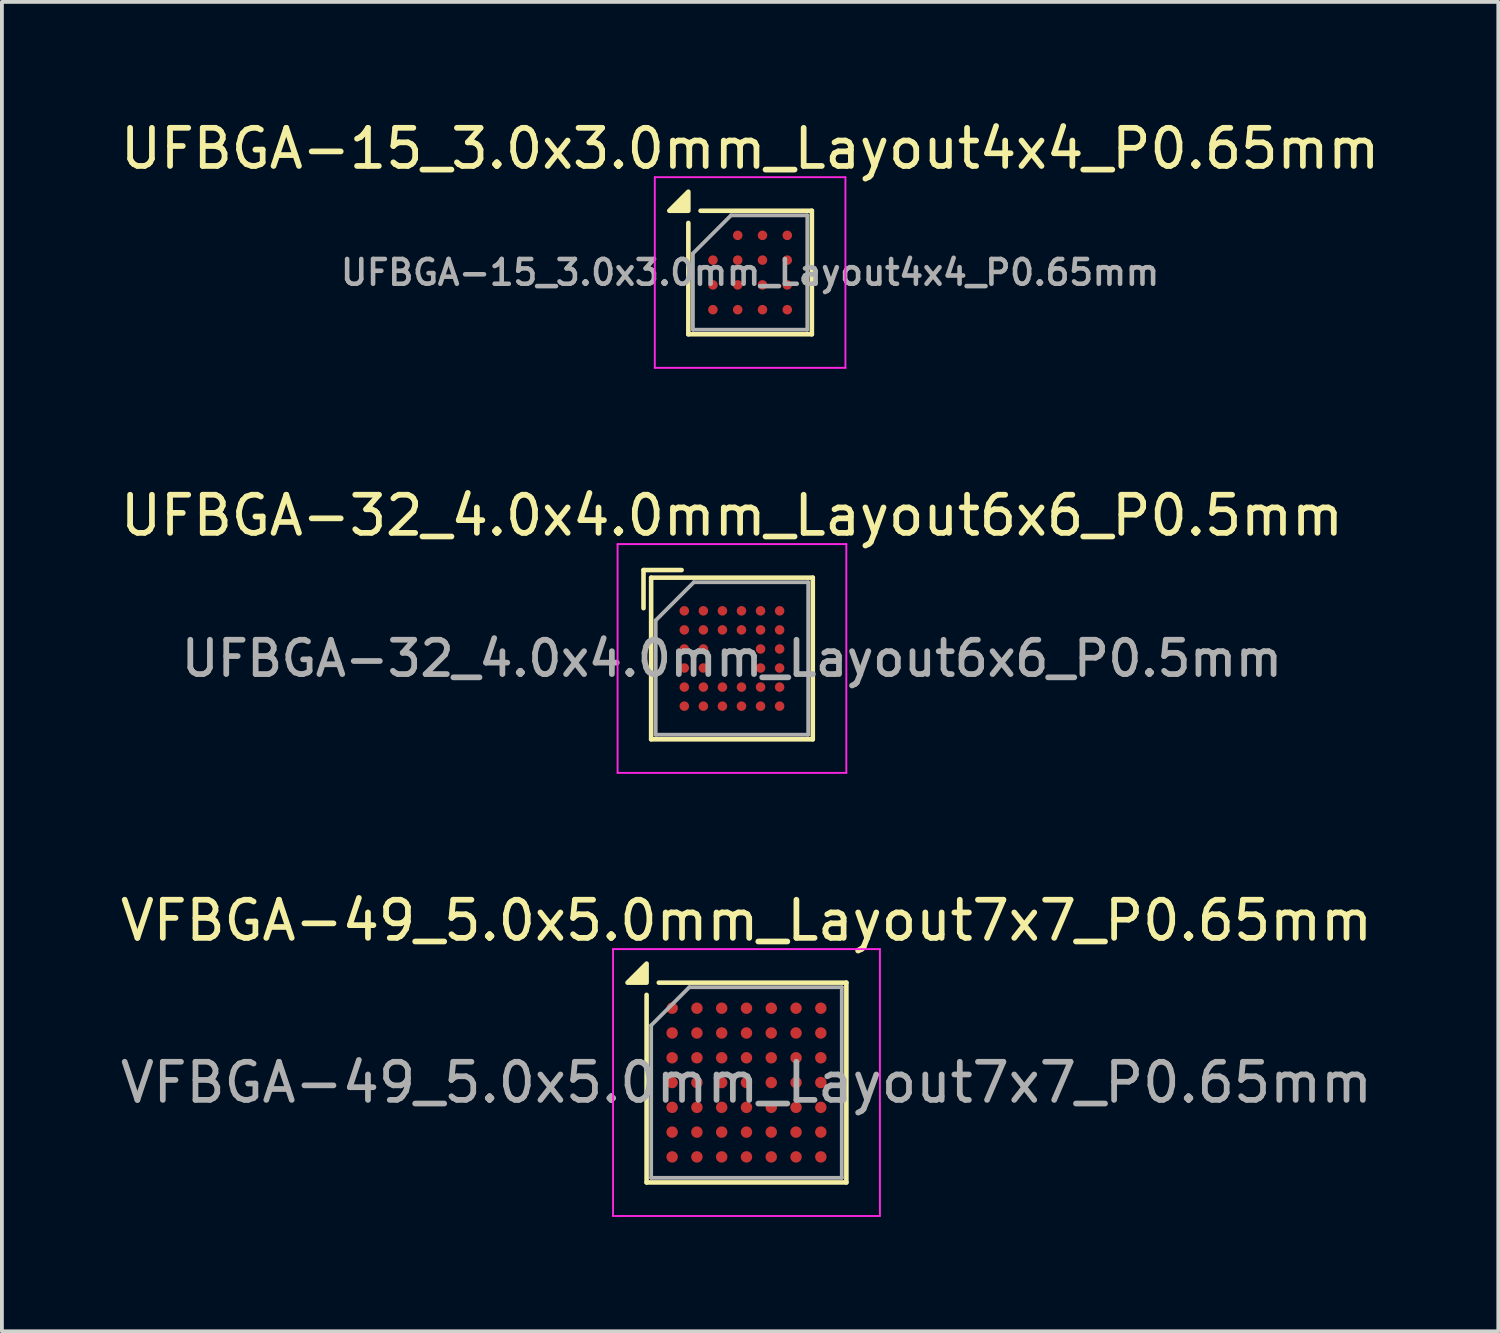
<source format=kicad_pcb>
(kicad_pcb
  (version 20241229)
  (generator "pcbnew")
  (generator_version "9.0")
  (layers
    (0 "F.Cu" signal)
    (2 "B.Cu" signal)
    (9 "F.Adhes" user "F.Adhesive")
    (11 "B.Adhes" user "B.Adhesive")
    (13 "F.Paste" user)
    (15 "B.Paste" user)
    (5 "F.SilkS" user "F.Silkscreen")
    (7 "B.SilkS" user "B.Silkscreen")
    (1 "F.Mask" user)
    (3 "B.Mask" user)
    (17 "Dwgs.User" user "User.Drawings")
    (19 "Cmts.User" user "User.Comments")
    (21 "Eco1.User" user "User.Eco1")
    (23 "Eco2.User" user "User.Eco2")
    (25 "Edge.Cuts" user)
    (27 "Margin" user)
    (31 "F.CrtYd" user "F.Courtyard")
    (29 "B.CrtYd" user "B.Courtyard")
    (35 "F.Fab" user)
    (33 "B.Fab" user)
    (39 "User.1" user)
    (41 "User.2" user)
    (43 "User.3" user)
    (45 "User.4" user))
  (footprint "UFBGA-15_3.0x3.0mm_Layout4x4_P0.65mm"
    (layer "F.Cu")
    (at 16.625 4.098)
    (property "Reference" "UFBGA-15_3.0x3.0mm_Layout4x4_P0.65mm" (at 0 -3.25 0) (layer "F.SilkS") (effects (font (size 1 1) (thickness 0.15))))
    (attr smd)
    (fp_line (start -1.62 1.62) (end -1.62 -1.3) (stroke (width 0.12) (type solid)) (layer "F.SilkS"))
    (fp_line (start -1.3 -1.62) (end 1.62 -1.62) (stroke (width 0.12) (type solid)) (layer "F.SilkS"))
    (fp_line (start 1.62 -1.62) (end 1.62 1.62) (stroke (width 0.12) (type solid)) (layer "F.SilkS"))
    (fp_line (start 1.62 1.62) (end -1.62 1.62) (stroke (width 0.12) (type solid)) (layer "F.SilkS"))
    (fp_poly (pts (xy -1.62 -1.62) (xy -2.12 -1.62) (xy -1.62 -2.12) (xy -1.62 -1.62)) (stroke (width 0.12) (type solid)) (fill yes) (layer "F.SilkS"))
    (fp_line (start -2.5 -2.5) (end -2.5 2.5) (stroke (width 0.05) (type solid)) (layer "F.CrtYd"))
    (fp_line (start -2.5 -2.5) (end 2.5 -2.5) (stroke (width 0.05) (type solid)) (layer "F.CrtYd"))
    (fp_line (start 2.5 2.5) (end -2.5 2.5) (stroke (width 0.05) (type solid)) (layer "F.CrtYd"))
    (fp_line (start 2.5 2.5) (end 2.5 -2.5) (stroke (width 0.05) (type solid)) (layer "F.CrtYd"))
    (fp_line (start -1.5 -0.5) (end -0.5 -1.5) (stroke (width 0.1) (type solid)) (layer "F.Fab"))
    (fp_line (start -1.5 1.5) (end -1.5 -0.5) (stroke (width 0.1) (type solid)) (layer "F.Fab"))
    (fp_line (start -0.5 -1.5) (end 1.5 -1.5) (stroke (width 0.1) (type solid)) (layer "F.Fab"))
    (fp_line (start 1.5 -1.5) (end 1.5 1.5) (stroke (width 0.1) (type solid)) (layer "F.Fab"))
    (fp_line (start 1.5 1.5) (end -1.5 1.5) (stroke (width 0.1) (type solid)) (layer "F.Fab"))
    (fp_text user "${REFERENCE}" (at 0 0 0) (layer "F.Fab") (effects (font (size 0.65 0.65) (thickness 0.12))))
    (pad "A2" smd circle (at -0.325 -0.975) (size 0.25 0.25) (property pad_prop_bga) (layers "F.Cu" "F.Mask" "F.Paste"))
    (pad "A3" smd circle (at 0.325 -0.975) (size 0.25 0.25) (property pad_prop_bga) (layers "F.Cu" "F.Mask" "F.Paste"))
    (pad "A4" smd circle (at 0.975 -0.975) (size 0.25 0.25) (property pad_prop_bga) (layers "F.Cu" "F.Mask" "F.Paste"))
    (pad "B1" smd circle (at -0.975 -0.325) (size 0.25 0.25) (property pad_prop_bga) (layers "F.Cu" "F.Mask" "F.Paste"))
    (pad "B2" smd circle (at -0.325 -0.325) (size 0.25 0.25) (property pad_prop_bga) (layers "F.Cu" "F.Mask" "F.Paste"))
    (pad "B3" smd circle (at 0.325 -0.325) (size 0.25 0.25) (property pad_prop_bga) (layers "F.Cu" "F.Mask" "F.Paste"))
    (pad "B4" smd circle (at 0.975 -0.325) (size 0.25 0.25) (property pad_prop_bga) (layers "F.Cu" "F.Mask" "F.Paste"))
    (pad "C1" smd circle (at -0.975 0.325) (size 0.25 0.25) (property pad_prop_bga) (layers "F.Cu" "F.Mask" "F.Paste"))
    (pad "C2" smd circle (at -0.325 0.325) (size 0.25 0.25) (property pad_prop_bga) (layers "F.Cu" "F.Mask" "F.Paste"))
    (pad "C3" smd circle (at 0.325 0.325) (size 0.25 0.25) (property pad_prop_bga) (layers "F.Cu" "F.Mask" "F.Paste"))
    (pad "C4" smd circle (at 0.975 0.325) (size 0.25 0.25) (property pad_prop_bga) (layers "F.Cu" "F.Mask" "F.Paste"))
    (pad "D1" smd circle (at -0.975 0.975) (size 0.25 0.25) (property pad_prop_bga) (layers "F.Cu" "F.Mask" "F.Paste"))
    (pad "D2" smd circle (at -0.325 0.975) (size 0.25 0.25) (property pad_prop_bga) (layers "F.Cu" "F.Mask" "F.Paste"))
    (pad "D3" smd circle (at 0.325 0.975) (size 0.25 0.25) (property pad_prop_bga) (layers "F.Cu" "F.Mask" "F.Paste"))
    (pad "D4" smd circle (at 0.975 0.975) (size 0.25 0.25) (property pad_prop_bga) (layers "F.Cu" "F.Mask" "F.Paste")))
  (footprint "VFBGA-49_5.0x5.0mm_Layout7x7_P0.65mm"
    (layer "F.Cu")
    (at 16.53 25.345)
    (property "Reference" "VFBGA-49_5.0x5.0mm_Layout7x7_P0.65mm" (at 0 -4.25 0) (layer "F.SilkS") (effects (font (size 1 1) (thickness 0.15))))
    (attr smd)
    (fp_line (start -2.62 -2.3) (end -2.62 2.62) (stroke (width 0.12) (type solid)) (layer "F.SilkS"))
    (fp_line (start -2.62 2.62) (end 2.62 2.62) (stroke (width 0.12) (type solid)) (layer "F.SilkS"))
    (fp_line (start 2.62 -2.62) (end -2.3 -2.62) (stroke (width 0.12) (type solid)) (layer "F.SilkS"))
    (fp_line (start 2.62 2.62) (end 2.62 -2.62) (stroke (width 0.12) (type solid)) (layer "F.SilkS"))
    (fp_poly (pts (xy -2.62 -2.62) (xy -3.12 -2.62) (xy -2.62 -3.12) (xy -2.62 -2.62)) (stroke (width 0.12) (type solid)) (fill yes) (layer "F.SilkS"))
    (fp_line (start -3.5 -3.5) (end -3.5 3.5) (stroke (width 0.05) (type solid)) (layer "F.CrtYd"))
    (fp_line (start -3.5 -3.5) (end 3.5 -3.5) (stroke (width 0.05) (type solid)) (layer "F.CrtYd"))
    (fp_line (start 3.5 3.5) (end -3.5 3.5) (stroke (width 0.05) (type solid)) (layer "F.CrtYd"))
    (fp_line (start 3.5 3.5) (end 3.5 -3.5) (stroke (width 0.05) (type solid)) (layer "F.CrtYd"))
    (fp_line (start -2.5 -1.5) (end -2.5 2.5) (stroke (width 0.1) (type solid)) (layer "F.Fab"))
    (fp_line (start -2.5 2.5) (end 2.5 2.5) (stroke (width 0.1) (type solid)) (layer "F.Fab"))
    (fp_line (start -1.5 -2.5) (end -2.5 -1.5) (stroke (width 0.1) (type solid)) (layer "F.Fab"))
    (fp_line (start 2.5 -2.5) (end -1.5 -2.5) (stroke (width 0.1) (type solid)) (layer "F.Fab"))
    (fp_line (start 2.5 2.5) (end 2.5 -2.5) (stroke (width 0.1) (type solid)) (layer "F.Fab"))
    (fp_text user "${REFERENCE}" (at 0 0 0) (layer "F.Fab") (effects (font (size 1 1) (thickness 0.15))))
    (pad "A1" smd circle (at -1.95 -1.95) (size 0.3 0.3) (property pad_prop_bga) (layers "F.Cu" "F.Mask" "F.Paste"))
    (pad "A2" smd circle (at -1.3 -1.95) (size 0.3 0.3) (property pad_prop_bga) (layers "F.Cu" "F.Mask" "F.Paste"))
    (pad "A3" smd circle (at -0.65 -1.95) (size 0.3 0.3) (property pad_prop_bga) (layers "F.Cu" "F.Mask" "F.Paste"))
    (pad "A4" smd circle (at 0 -1.95) (size 0.3 0.3) (property pad_prop_bga) (layers "F.Cu" "F.Mask" "F.Paste"))
    (pad "A5" smd circle (at 0.65 -1.95) (size 0.3 0.3) (property pad_prop_bga) (layers "F.Cu" "F.Mask" "F.Paste"))
    (pad "A6" smd circle (at 1.3 -1.95) (size 0.3 0.3) (property pad_prop_bga) (layers "F.Cu" "F.Mask" "F.Paste"))
    (pad "A7" smd circle (at 1.95 -1.95) (size 0.3 0.3) (property pad_prop_bga) (layers "F.Cu" "F.Mask" "F.Paste"))
    (pad "B1" smd circle (at -1.95 -1.3) (size 0.3 0.3) (property pad_prop_bga) (layers "F.Cu" "F.Mask" "F.Paste"))
    (pad "B2" smd circle (at -1.3 -1.3) (size 0.3 0.3) (property pad_prop_bga) (layers "F.Cu" "F.Mask" "F.Paste"))
    (pad "B3" smd circle (at -0.65 -1.3) (size 0.3 0.3) (property pad_prop_bga) (layers "F.Cu" "F.Mask" "F.Paste"))
    (pad "B4" smd circle (at 0 -1.3) (size 0.3 0.3) (property pad_prop_bga) (layers "F.Cu" "F.Mask" "F.Paste"))
    (pad "B5" smd circle (at 0.65 -1.3) (size 0.3 0.3) (property pad_prop_bga) (layers "F.Cu" "F.Mask" "F.Paste"))
    (pad "B6" smd circle (at 1.3 -1.3) (size 0.3 0.3) (property pad_prop_bga) (layers "F.Cu" "F.Mask" "F.Paste"))
    (pad "B7" smd circle (at 1.95 -1.3) (size 0.3 0.3) (property pad_prop_bga) (layers "F.Cu" "F.Mask" "F.Paste"))
    (pad "C1" smd circle (at -1.95 -0.65) (size 0.3 0.3) (property pad_prop_bga) (layers "F.Cu" "F.Mask" "F.Paste"))
    (pad "C2" smd circle (at -1.3 -0.65) (size 0.3 0.3) (property pad_prop_bga) (layers "F.Cu" "F.Mask" "F.Paste"))
    (pad "C3" smd circle (at -0.65 -0.65) (size 0.3 0.3) (property pad_prop_bga) (layers "F.Cu" "F.Mask" "F.Paste"))
    (pad "C4" smd circle (at 0 -0.65) (size 0.3 0.3) (property pad_prop_bga) (layers "F.Cu" "F.Mask" "F.Paste"))
    (pad "C5" smd circle (at 0.65 -0.65) (size 0.3 0.3) (property pad_prop_bga) (layers "F.Cu" "F.Mask" "F.Paste"))
    (pad "C6" smd circle (at 1.3 -0.65) (size 0.3 0.3) (property pad_prop_bga) (layers "F.Cu" "F.Mask" "F.Paste"))
    (pad "C7" smd circle (at 1.95 -0.65) (size 0.3 0.3) (property pad_prop_bga) (layers "F.Cu" "F.Mask" "F.Paste"))
    (pad "D1" smd circle (at -1.95 0) (size 0.3 0.3) (property pad_prop_bga) (layers "F.Cu" "F.Mask" "F.Paste"))
    (pad "D2" smd circle (at -1.3 0) (size 0.3 0.3) (property pad_prop_bga) (layers "F.Cu" "F.Mask" "F.Paste"))
    (pad "D3" smd circle (at -0.65 0) (size 0.3 0.3) (property pad_prop_bga) (layers "F.Cu" "F.Mask" "F.Paste"))
    (pad "D4" smd circle (at 0 0) (size 0.3 0.3) (property pad_prop_bga) (layers "F.Cu" "F.Mask" "F.Paste"))
    (pad "D5" smd circle (at 0.65 0) (size 0.3 0.3) (property pad_prop_bga) (layers "F.Cu" "F.Mask" "F.Paste"))
    (pad "D6" smd circle (at 1.3 0) (size 0.3 0.3) (property pad_prop_bga) (layers "F.Cu" "F.Mask" "F.Paste"))
    (pad "D7" smd circle (at 1.95 0) (size 0.3 0.3) (property pad_prop_bga) (layers "F.Cu" "F.Mask" "F.Paste"))
    (pad "E1" smd circle (at -1.95 0.65) (size 0.3 0.3) (property pad_prop_bga) (layers "F.Cu" "F.Mask" "F.Paste"))
    (pad "E2" smd circle (at -1.3 0.65) (size 0.3 0.3) (property pad_prop_bga) (layers "F.Cu" "F.Mask" "F.Paste"))
    (pad "E3" smd circle (at -0.65 0.65) (size 0.3 0.3) (property pad_prop_bga) (layers "F.Cu" "F.Mask" "F.Paste"))
    (pad "E4" smd circle (at 0 0.65) (size 0.3 0.3) (property pad_prop_bga) (layers "F.Cu" "F.Mask" "F.Paste"))
    (pad "E5" smd circle (at 0.65 0.65) (size 0.3 0.3) (property pad_prop_bga) (layers "F.Cu" "F.Mask" "F.Paste"))
    (pad "E6" smd circle (at 1.3 0.65) (size 0.3 0.3) (property pad_prop_bga) (layers "F.Cu" "F.Mask" "F.Paste"))
    (pad "E7" smd circle (at 1.95 0.65) (size 0.3 0.3) (property pad_prop_bga) (layers "F.Cu" "F.Mask" "F.Paste"))
    (pad "F1" smd circle (at -1.95 1.3) (size 0.3 0.3) (property pad_prop_bga) (layers "F.Cu" "F.Mask" "F.Paste"))
    (pad "F2" smd circle (at -1.3 1.3) (size 0.3 0.3) (property pad_prop_bga) (layers "F.Cu" "F.Mask" "F.Paste"))
    (pad "F3" smd circle (at -0.65 1.3) (size 0.3 0.3) (property pad_prop_bga) (layers "F.Cu" "F.Mask" "F.Paste"))
    (pad "F4" smd circle (at 0 1.3) (size 0.3 0.3) (property pad_prop_bga) (layers "F.Cu" "F.Mask" "F.Paste"))
    (pad "F5" smd circle (at 0.65 1.3) (size 0.3 0.3) (property pad_prop_bga) (layers "F.Cu" "F.Mask" "F.Paste"))
    (pad "F6" smd circle (at 1.3 1.3) (size 0.3 0.3) (property pad_prop_bga) (layers "F.Cu" "F.Mask" "F.Paste"))
    (pad "F7" smd circle (at 1.95 1.3) (size 0.3 0.3) (property pad_prop_bga) (layers "F.Cu" "F.Mask" "F.Paste"))
    (pad "G1" smd circle (at -1.95 1.95) (size 0.3 0.3) (property pad_prop_bga) (layers "F.Cu" "F.Mask" "F.Paste"))
    (pad "G2" smd circle (at -1.3 1.95) (size 0.3 0.3) (property pad_prop_bga) (layers "F.Cu" "F.Mask" "F.Paste"))
    (pad "G3" smd circle (at -0.65 1.95) (size 0.3 0.3) (property pad_prop_bga) (layers "F.Cu" "F.Mask" "F.Paste"))
    (pad "G4" smd circle (at 0 1.95) (size 0.3 0.3) (property pad_prop_bga) (layers "F.Cu" "F.Mask" "F.Paste"))
    (pad "G5" smd circle (at 0.65 1.95) (size 0.3 0.3) (property pad_prop_bga) (layers "F.Cu" "F.Mask" "F.Paste"))
    (pad "G6" smd circle (at 1.3 1.95) (size 0.3 0.3) (property pad_prop_bga) (layers "F.Cu" "F.Mask" "F.Paste"))
    (pad "G7" smd circle (at 1.95 1.95) (size 0.3 0.3) (property pad_prop_bga) (layers "F.Cu" "F.Mask" "F.Paste")))
  (footprint "UFBGA-32_4.0x4.0mm_Layout6x6_P0.5mm"
    (layer "F.Cu")
    (at 16.149 14.222)
    (property "Reference" "UFBGA-32_4.0x4.0mm_Layout6x6_P0.5mm" (at 0 -3.75 0) (layer "F.SilkS") (effects (font (size 1 1) (thickness 0.15))))
    (attr smd)
    (fp_line (start -2.32 -2.32) (end -1.32 -2.32) (stroke (width 0.12) (type solid)) (layer "F.SilkS"))
    (fp_line (start -2.32 -1.32) (end -2.32 -2.32) (stroke (width 0.12) (type solid)) (layer "F.SilkS"))
    (fp_line (start -2.12 -2.12) (end -2.12 2.12) (stroke (width 0.12) (type solid)) (layer "F.SilkS"))
    (fp_line (start -2.12 2.12) (end 2.12 2.12) (stroke (width 0.12) (type solid)) (layer "F.SilkS"))
    (fp_line (start 2.12 -2.12) (end -2.12 -2.12) (stroke (width 0.12) (type solid)) (layer "F.SilkS"))
    (fp_line (start 2.12 2.12) (end 2.12 -2.12) (stroke (width 0.12) (type solid)) (layer "F.SilkS"))
    (fp_line (start -3 -3) (end -3 3) (stroke (width 0.05) (type solid)) (layer "F.CrtYd"))
    (fp_line (start -3 -3) (end 3 -3) (stroke (width 0.05) (type solid)) (layer "F.CrtYd"))
    (fp_line (start 3 3) (end -3 3) (stroke (width 0.05) (type solid)) (layer "F.CrtYd"))
    (fp_line (start 3 3) (end 3 -3) (stroke (width 0.05) (type solid)) (layer "F.CrtYd"))
    (fp_line (start -2 -1) (end -2 2) (stroke (width 0.1) (type solid)) (layer "F.Fab"))
    (fp_line (start -2 2) (end 2 2) (stroke (width 0.1) (type solid)) (layer "F.Fab"))
    (fp_line (start -1 -2) (end -2 -1) (stroke (width 0.1) (type solid)) (layer "F.Fab"))
    (fp_line (start 2 -2) (end -1 -2) (stroke (width 0.1) (type solid)) (layer "F.Fab"))
    (fp_line (start 2 2) (end 2 -2) (stroke (width 0.1) (type solid)) (layer "F.Fab"))
    (fp_text user "${REFERENCE}" (at 0 0 0) (layer "F.Fab") (effects (font (size 0.9 0.9) (thickness 0.15))))
    (pad "A1" smd circle (at -1.25 -1.25) (size 0.25 0.25) (layers "F.Cu" "F.Mask" "F.Paste"))
    (pad "A2" smd circle (at -0.75 -1.25) (size 0.25 0.25) (layers "F.Cu" "F.Mask" "F.Paste"))
    (pad "A3" smd circle (at -0.25 -1.25) (size 0.25 0.25) (layers "F.Cu" "F.Mask" "F.Paste"))
    (pad "A4" smd circle (at 0.25 -1.25) (size 0.25 0.25) (layers "F.Cu" "F.Mask" "F.Paste"))
    (pad "A5" smd circle (at 0.75 -1.25) (size 0.25 0.25) (layers "F.Cu" "F.Mask" "F.Paste"))
    (pad "A6" smd circle (at 1.25 -1.25) (size 0.25 0.25) (layers "F.Cu" "F.Mask" "F.Paste"))
    (pad "B1" smd circle (at -1.25 -0.75) (size 0.25 0.25) (layers "F.Cu" "F.Mask" "F.Paste"))
    (pad "B2" smd circle (at -0.75 -0.75) (size 0.25 0.25) (layers "F.Cu" "F.Mask" "F.Paste"))
    (pad "B3" smd circle (at -0.25 -0.75) (size 0.25 0.25) (layers "F.Cu" "F.Mask" "F.Paste"))
    (pad "B4" smd circle (at 0.25 -0.75) (size 0.25 0.25) (layers "F.Cu" "F.Mask" "F.Paste"))
    (pad "B5" smd circle (at 0.75 -0.75) (size 0.25 0.25) (layers "F.Cu" "F.Mask" "F.Paste"))
    (pad "B6" smd circle (at 1.25 -0.75) (size 0.25 0.25) (layers "F.Cu" "F.Mask" "F.Paste"))
    (pad "C1" smd circle (at -1.25 -0.25) (size 0.25 0.25) (layers "F.Cu" "F.Mask" "F.Paste"))
    (pad "C2" smd circle (at -0.75 -0.25) (size 0.25 0.25) (layers "F.Cu" "F.Mask" "F.Paste"))
    (pad "C5" smd circle (at 0.75 -0.25) (size 0.25 0.25) (layers "F.Cu" "F.Mask" "F.Paste"))
    (pad "C6" smd circle (at 1.25 -0.25) (size 0.25 0.25) (layers "F.Cu" "F.Mask" "F.Paste"))
    (pad "D1" smd circle (at -1.25 0.25) (size 0.25 0.25) (layers "F.Cu" "F.Mask" "F.Paste"))
    (pad "D2" smd circle (at -0.75 0.25) (size 0.25 0.25) (layers "F.Cu" "F.Mask" "F.Paste"))
    (pad "D5" smd circle (at 0.75 0.25) (size 0.25 0.25) (layers "F.Cu" "F.Mask" "F.Paste"))
    (pad "D6" smd circle (at 1.25 0.25) (size 0.25 0.25) (layers "F.Cu" "F.Mask" "F.Paste"))
    (pad "E1" smd circle (at -1.25 0.75) (size 0.25 0.25) (layers "F.Cu" "F.Mask" "F.Paste"))
    (pad "E2" smd circle (at -0.75 0.75) (size 0.25 0.25) (layers "F.Cu" "F.Mask" "F.Paste"))
    (pad "E3" smd circle (at -0.25 0.75) (size 0.25 0.25) (layers "F.Cu" "F.Mask" "F.Paste"))
    (pad "E4" smd circle (at 0.25 0.75) (size 0.25 0.25) (layers "F.Cu" "F.Mask" "F.Paste"))
    (pad "E5" smd circle (at 0.75 0.75) (size 0.25 0.25) (layers "F.Cu" "F.Mask" "F.Paste"))
    (pad "E6" smd circle (at 1.25 0.75) (size 0.25 0.25) (layers "F.Cu" "F.Mask" "F.Paste"))
    (pad "F1" smd circle (at -1.25 1.25) (size 0.25 0.25) (layers "F.Cu" "F.Mask" "F.Paste"))
    (pad "F2" smd circle (at -0.75 1.25) (size 0.25 0.25) (layers "F.Cu" "F.Mask" "F.Paste"))
    (pad "F3" smd circle (at -0.25 1.25) (size 0.25 0.25) (layers "F.Cu" "F.Mask" "F.Paste"))
    (pad "F4" smd circle (at 0.25 1.25) (size 0.25 0.25) (layers "F.Cu" "F.Mask" "F.Paste"))
    (pad "F5" smd circle (at 0.75 1.25) (size 0.25 0.25) (layers "F.Cu" "F.Mask" "F.Paste"))
    (pad "F6" smd circle (at 1.25 1.25) (size 0.25 0.25) (layers "F.Cu" "F.Mask" "F.Paste")))
  (gr_rect
    (start -3 -3)
    (end 36.25 31.87)
    (stroke (width 0.1) (type default))
    (fill no)
    (layer "Edge.Cuts")))
</source>
